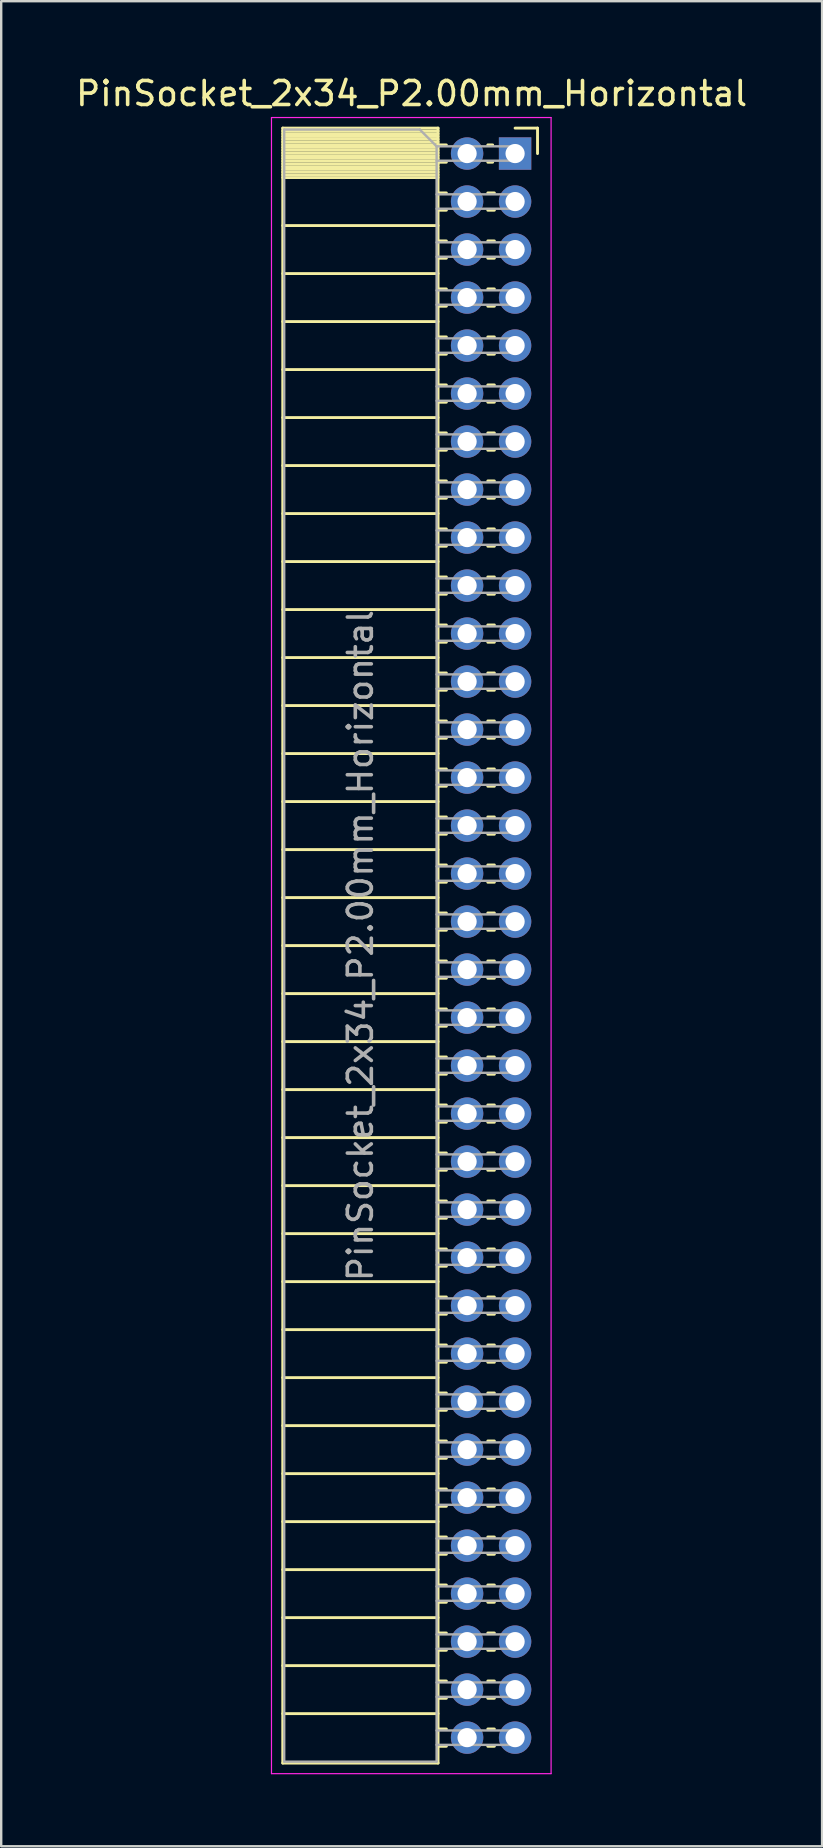
<source format=kicad_pcb>
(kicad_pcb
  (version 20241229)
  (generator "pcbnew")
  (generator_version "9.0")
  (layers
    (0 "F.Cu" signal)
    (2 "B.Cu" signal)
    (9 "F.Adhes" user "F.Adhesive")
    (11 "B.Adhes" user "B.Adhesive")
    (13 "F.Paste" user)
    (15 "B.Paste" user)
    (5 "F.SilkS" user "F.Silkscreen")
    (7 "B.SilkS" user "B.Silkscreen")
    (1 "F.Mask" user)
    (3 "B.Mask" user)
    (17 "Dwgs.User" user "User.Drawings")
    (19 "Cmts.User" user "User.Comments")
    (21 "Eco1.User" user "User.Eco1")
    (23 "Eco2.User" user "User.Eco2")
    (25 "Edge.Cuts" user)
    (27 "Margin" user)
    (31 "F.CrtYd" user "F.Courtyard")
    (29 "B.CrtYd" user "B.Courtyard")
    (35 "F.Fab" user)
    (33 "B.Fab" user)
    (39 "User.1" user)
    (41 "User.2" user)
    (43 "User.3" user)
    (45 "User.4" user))
  (footprint "PinSocket_2x34_P2.00mm_Horizontal"
    (layer "F.Cu")
    (at 18.411 3.348)
    (property "Reference" "PinSocket_2x34_P2.00mm_Horizontal" (at -4.31 -2.5 0) (layer "F.SilkS") (effects (font (size 1 1) (thickness 0.15))))
    (attr through_hole)
    (fp_line (start -9.68 -1.06) (end -9.68 67.06) (stroke (width 0.12) (type solid)) (layer "F.SilkS"))
    (fp_line (start -9.68 -1.06) (end -3.21 -1.06) (stroke (width 0.12) (type solid)) (layer "F.SilkS"))
    (fp_line (start -9.68 -0.94) (end -3.21 -0.94) (stroke (width 0.12) (type solid)) (layer "F.SilkS"))
    (fp_line (start -9.68 -0.826) (end -3.21 -0.826) (stroke (width 0.12) (type solid)) (layer "F.SilkS"))
    (fp_line (start -9.68 -0.712) (end -3.21 -0.712) (stroke (width 0.12) (type solid)) (layer "F.SilkS"))
    (fp_line (start -9.68 -0.598) (end -3.21 -0.598) (stroke (width 0.12) (type solid)) (layer "F.SilkS"))
    (fp_line (start -9.68 -0.484) (end -3.21 -0.484) (stroke (width 0.12) (type solid)) (layer "F.SilkS"))
    (fp_line (start -9.68 -0.369) (end -3.21 -0.369) (stroke (width 0.12) (type solid)) (layer "F.SilkS"))
    (fp_line (start -9.68 -0.255) (end -3.21 -0.255) (stroke (width 0.12) (type solid)) (layer "F.SilkS"))
    (fp_line (start -9.68 -0.141) (end -3.21 -0.141) (stroke (width 0.12) (type solid)) (layer "F.SilkS"))
    (fp_line (start -9.68 -0.027) (end -3.21 -0.027) (stroke (width 0.12) (type solid)) (layer "F.SilkS"))
    (fp_line (start -9.68 0.087) (end -3.21 0.087) (stroke (width 0.12) (type solid)) (layer "F.SilkS"))
    (fp_line (start -9.68 0.201) (end -3.21 0.201) (stroke (width 0.12) (type solid)) (layer "F.SilkS"))
    (fp_line (start -9.68 0.315) (end -3.21 0.315) (stroke (width 0.12) (type solid)) (layer "F.SilkS"))
    (fp_line (start -9.68 0.429) (end -3.21 0.429) (stroke (width 0.12) (type solid)) (layer "F.SilkS"))
    (fp_line (start -9.68 0.544) (end -3.21 0.544) (stroke (width 0.12) (type solid)) (layer "F.SilkS"))
    (fp_line (start -9.68 0.658) (end -3.21 0.658) (stroke (width 0.12) (type solid)) (layer "F.SilkS"))
    (fp_line (start -9.68 0.772) (end -3.21 0.772) (stroke (width 0.12) (type solid)) (layer "F.SilkS"))
    (fp_line (start -9.68 0.886) (end -3.21 0.886) (stroke (width 0.12) (type solid)) (layer "F.SilkS"))
    (fp_line (start -9.68 1) (end -3.21 1) (stroke (width 0.12) (type solid)) (layer "F.SilkS"))
    (fp_line (start -9.68 3) (end -3.21 3) (stroke (width 0.12) (type solid)) (layer "F.SilkS"))
    (fp_line (start -9.68 5) (end -3.21 5) (stroke (width 0.12) (type solid)) (layer "F.SilkS"))
    (fp_line (start -9.68 7) (end -3.21 7) (stroke (width 0.12) (type solid)) (layer "F.SilkS"))
    (fp_line (start -9.68 9) (end -3.21 9) (stroke (width 0.12) (type solid)) (layer "F.SilkS"))
    (fp_line (start -9.68 11) (end -3.21 11) (stroke (width 0.12) (type solid)) (layer "F.SilkS"))
    (fp_line (start -9.68 13) (end -3.21 13) (stroke (width 0.12) (type solid)) (layer "F.SilkS"))
    (fp_line (start -9.68 15) (end -3.21 15) (stroke (width 0.12) (type solid)) (layer "F.SilkS"))
    (fp_line (start -9.68 17) (end -3.21 17) (stroke (width 0.12) (type solid)) (layer "F.SilkS"))
    (fp_line (start -9.68 19) (end -3.21 19) (stroke (width 0.12) (type solid)) (layer "F.SilkS"))
    (fp_line (start -9.68 21) (end -3.21 21) (stroke (width 0.12) (type solid)) (layer "F.SilkS"))
    (fp_line (start -9.68 23) (end -3.21 23) (stroke (width 0.12) (type solid)) (layer "F.SilkS"))
    (fp_line (start -9.68 25) (end -3.21 25) (stroke (width 0.12) (type solid)) (layer "F.SilkS"))
    (fp_line (start -9.68 27) (end -3.21 27) (stroke (width 0.12) (type solid)) (layer "F.SilkS"))
    (fp_line (start -9.68 29) (end -3.21 29) (stroke (width 0.12) (type solid)) (layer "F.SilkS"))
    (fp_line (start -9.68 31) (end -3.21 31) (stroke (width 0.12) (type solid)) (layer "F.SilkS"))
    (fp_line (start -9.68 33) (end -3.21 33) (stroke (width 0.12) (type solid)) (layer "F.SilkS"))
    (fp_line (start -9.68 35) (end -3.21 35) (stroke (width 0.12) (type solid)) (layer "F.SilkS"))
    (fp_line (start -9.68 37) (end -3.21 37) (stroke (width 0.12) (type solid)) (layer "F.SilkS"))
    (fp_line (start -9.68 39) (end -3.21 39) (stroke (width 0.12) (type solid)) (layer "F.SilkS"))
    (fp_line (start -9.68 41) (end -3.21 41) (stroke (width 0.12) (type solid)) (layer "F.SilkS"))
    (fp_line (start -9.68 43) (end -3.21 43) (stroke (width 0.12) (type solid)) (layer "F.SilkS"))
    (fp_line (start -9.68 45) (end -3.21 45) (stroke (width 0.12) (type solid)) (layer "F.SilkS"))
    (fp_line (start -9.68 47) (end -3.21 47) (stroke (width 0.12) (type solid)) (layer "F.SilkS"))
    (fp_line (start -9.68 49) (end -3.21 49) (stroke (width 0.12) (type solid)) (layer "F.SilkS"))
    (fp_line (start -9.68 51) (end -3.21 51) (stroke (width 0.12) (type solid)) (layer "F.SilkS"))
    (fp_line (start -9.68 53) (end -3.21 53) (stroke (width 0.12) (type solid)) (layer "F.SilkS"))
    (fp_line (start -9.68 55) (end -3.21 55) (stroke (width 0.12) (type solid)) (layer "F.SilkS"))
    (fp_line (start -9.68 57) (end -3.21 57) (stroke (width 0.12) (type solid)) (layer "F.SilkS"))
    (fp_line (start -9.68 59) (end -3.21 59) (stroke (width 0.12) (type solid)) (layer "F.SilkS"))
    (fp_line (start -9.68 61) (end -3.21 61) (stroke (width 0.12) (type solid)) (layer "F.SilkS"))
    (fp_line (start -9.68 63) (end -3.21 63) (stroke (width 0.12) (type solid)) (layer "F.SilkS"))
    (fp_line (start -9.68 65) (end -3.21 65) (stroke (width 0.12) (type solid)) (layer "F.SilkS"))
    (fp_line (start -9.68 67.06) (end -3.21 67.06) (stroke (width 0.12) (type solid)) (layer "F.SilkS"))
    (fp_line (start -3.21 -1.06) (end -3.21 67.06) (stroke (width 0.12) (type solid)) (layer "F.SilkS"))
    (fp_line (start -3.21 -0.36) (end -2.863 -0.36) (stroke (width 0.12) (type solid)) (layer "F.SilkS"))
    (fp_line (start -3.21 0.36) (end -2.863 0.36) (stroke (width 0.12) (type solid)) (layer "F.SilkS"))
    (fp_line (start -3.21 1.64) (end -2.863 1.64) (stroke (width 0.12) (type solid)) (layer "F.SilkS"))
    (fp_line (start -3.21 2.36) (end -2.863 2.36) (stroke (width 0.12) (type solid)) (layer "F.SilkS"))
    (fp_line (start -3.21 3.64) (end -2.863 3.64) (stroke (width 0.12) (type solid)) (layer "F.SilkS"))
    (fp_line (start -3.21 4.36) (end -2.863 4.36) (stroke (width 0.12) (type solid)) (layer "F.SilkS"))
    (fp_line (start -3.21 5.64) (end -2.863 5.64) (stroke (width 0.12) (type solid)) (layer "F.SilkS"))
    (fp_line (start -3.21 6.36) (end -2.863 6.36) (stroke (width 0.12) (type solid)) (layer "F.SilkS"))
    (fp_line (start -3.21 7.64) (end -2.863 7.64) (stroke (width 0.12) (type solid)) (layer "F.SilkS"))
    (fp_line (start -3.21 8.36) (end -2.863 8.36) (stroke (width 0.12) (type solid)) (layer "F.SilkS"))
    (fp_line (start -3.21 9.64) (end -2.863 9.64) (stroke (width 0.12) (type solid)) (layer "F.SilkS"))
    (fp_line (start -3.21 10.36) (end -2.863 10.36) (stroke (width 0.12) (type solid)) (layer "F.SilkS"))
    (fp_line (start -3.21 11.64) (end -2.863 11.64) (stroke (width 0.12) (type solid)) (layer "F.SilkS"))
    (fp_line (start -3.21 12.36) (end -2.863 12.36) (stroke (width 0.12) (type solid)) (layer "F.SilkS"))
    (fp_line (start -3.21 13.64) (end -2.863 13.64) (stroke (width 0.12) (type solid)) (layer "F.SilkS"))
    (fp_line (start -3.21 14.36) (end -2.863 14.36) (stroke (width 0.12) (type solid)) (layer "F.SilkS"))
    (fp_line (start -3.21 15.64) (end -2.863 15.64) (stroke (width 0.12) (type solid)) (layer "F.SilkS"))
    (fp_line (start -3.21 16.36) (end -2.863 16.36) (stroke (width 0.12) (type solid)) (layer "F.SilkS"))
    (fp_line (start -3.21 17.64) (end -2.863 17.64) (stroke (width 0.12) (type solid)) (layer "F.SilkS"))
    (fp_line (start -3.21 18.36) (end -2.863 18.36) (stroke (width 0.12) (type solid)) (layer "F.SilkS"))
    (fp_line (start -3.21 19.64) (end -2.863 19.64) (stroke (width 0.12) (type solid)) (layer "F.SilkS"))
    (fp_line (start -3.21 20.36) (end -2.863 20.36) (stroke (width 0.12) (type solid)) (layer "F.SilkS"))
    (fp_line (start -3.21 21.64) (end -2.863 21.64) (stroke (width 0.12) (type solid)) (layer "F.SilkS"))
    (fp_line (start -3.21 22.36) (end -2.863 22.36) (stroke (width 0.12) (type solid)) (layer "F.SilkS"))
    (fp_line (start -3.21 23.64) (end -2.863 23.64) (stroke (width 0.12) (type solid)) (layer "F.SilkS"))
    (fp_line (start -3.21 24.36) (end -2.863 24.36) (stroke (width 0.12) (type solid)) (layer "F.SilkS"))
    (fp_line (start -3.21 25.64) (end -2.863 25.64) (stroke (width 0.12) (type solid)) (layer "F.SilkS"))
    (fp_line (start -3.21 26.36) (end -2.863 26.36) (stroke (width 0.12) (type solid)) (layer "F.SilkS"))
    (fp_line (start -3.21 27.64) (end -2.863 27.64) (stroke (width 0.12) (type solid)) (layer "F.SilkS"))
    (fp_line (start -3.21 28.36) (end -2.863 28.36) (stroke (width 0.12) (type solid)) (layer "F.SilkS"))
    (fp_line (start -3.21 29.64) (end -2.863 29.64) (stroke (width 0.12) (type solid)) (layer "F.SilkS"))
    (fp_line (start -3.21 30.36) (end -2.863 30.36) (stroke (width 0.12) (type solid)) (layer "F.SilkS"))
    (fp_line (start -3.21 31.64) (end -2.863 31.64) (stroke (width 0.12) (type solid)) (layer "F.SilkS"))
    (fp_line (start -3.21 32.36) (end -2.863 32.36) (stroke (width 0.12) (type solid)) (layer "F.SilkS"))
    (fp_line (start -3.21 33.64) (end -2.863 33.64) (stroke (width 0.12) (type solid)) (layer "F.SilkS"))
    (fp_line (start -3.21 34.36) (end -2.863 34.36) (stroke (width 0.12) (type solid)) (layer "F.SilkS"))
    (fp_line (start -3.21 35.64) (end -2.863 35.64) (stroke (width 0.12) (type solid)) (layer "F.SilkS"))
    (fp_line (start -3.21 36.36) (end -2.863 36.36) (stroke (width 0.12) (type solid)) (layer "F.SilkS"))
    (fp_line (start -3.21 37.64) (end -2.863 37.64) (stroke (width 0.12) (type solid)) (layer "F.SilkS"))
    (fp_line (start -3.21 38.36) (end -2.863 38.36) (stroke (width 0.12) (type solid)) (layer "F.SilkS"))
    (fp_line (start -3.21 39.64) (end -2.863 39.64) (stroke (width 0.12) (type solid)) (layer "F.SilkS"))
    (fp_line (start -3.21 40.36) (end -2.863 40.36) (stroke (width 0.12) (type solid)) (layer "F.SilkS"))
    (fp_line (start -3.21 41.64) (end -2.863 41.64) (stroke (width 0.12) (type solid)) (layer "F.SilkS"))
    (fp_line (start -3.21 42.36) (end -2.863 42.36) (stroke (width 0.12) (type solid)) (layer "F.SilkS"))
    (fp_line (start -3.21 43.64) (end -2.863 43.64) (stroke (width 0.12) (type solid)) (layer "F.SilkS"))
    (fp_line (start -3.21 44.36) (end -2.863 44.36) (stroke (width 0.12) (type solid)) (layer "F.SilkS"))
    (fp_line (start -3.21 45.64) (end -2.863 45.64) (stroke (width 0.12) (type solid)) (layer "F.SilkS"))
    (fp_line (start -3.21 46.36) (end -2.863 46.36) (stroke (width 0.12) (type solid)) (layer "F.SilkS"))
    (fp_line (start -3.21 47.64) (end -2.863 47.64) (stroke (width 0.12) (type solid)) (layer "F.SilkS"))
    (fp_line (start -3.21 48.36) (end -2.863 48.36) (stroke (width 0.12) (type solid)) (layer "F.SilkS"))
    (fp_line (start -3.21 49.64) (end -2.863 49.64) (stroke (width 0.12) (type solid)) (layer "F.SilkS"))
    (fp_line (start -3.21 50.36) (end -2.863 50.36) (stroke (width 0.12) (type solid)) (layer "F.SilkS"))
    (fp_line (start -3.21 51.64) (end -2.863 51.64) (stroke (width 0.12) (type solid)) (layer "F.SilkS"))
    (fp_line (start -3.21 52.36) (end -2.863 52.36) (stroke (width 0.12) (type solid)) (layer "F.SilkS"))
    (fp_line (start -3.21 53.64) (end -2.863 53.64) (stroke (width 0.12) (type solid)) (layer "F.SilkS"))
    (fp_line (start -3.21 54.36) (end -2.863 54.36) (stroke (width 0.12) (type solid)) (layer "F.SilkS"))
    (fp_line (start -3.21 55.64) (end -2.863 55.64) (stroke (width 0.12) (type solid)) (layer "F.SilkS"))
    (fp_line (start -3.21 56.36) (end -2.863 56.36) (stroke (width 0.12) (type solid)) (layer "F.SilkS"))
    (fp_line (start -3.21 57.64) (end -2.863 57.64) (stroke (width 0.12) (type solid)) (layer "F.SilkS"))
    (fp_line (start -3.21 58.36) (end -2.863 58.36) (stroke (width 0.12) (type solid)) (layer "F.SilkS"))
    (fp_line (start -3.21 59.64) (end -2.863 59.64) (stroke (width 0.12) (type solid)) (layer "F.SilkS"))
    (fp_line (start -3.21 60.36) (end -2.863 60.36) (stroke (width 0.12) (type solid)) (layer "F.SilkS"))
    (fp_line (start -3.21 61.64) (end -2.863 61.64) (stroke (width 0.12) (type solid)) (layer "F.SilkS"))
    (fp_line (start -3.21 62.36) (end -2.863 62.36) (stroke (width 0.12) (type solid)) (layer "F.SilkS"))
    (fp_line (start -3.21 63.64) (end -2.863 63.64) (stroke (width 0.12) (type solid)) (layer "F.SilkS"))
    (fp_line (start -3.21 64.36) (end -2.863 64.36) (stroke (width 0.12) (type solid)) (layer "F.SilkS"))
    (fp_line (start -3.21 65.64) (end -2.863 65.64) (stroke (width 0.12) (type solid)) (layer "F.SilkS"))
    (fp_line (start -3.21 66.36) (end -2.863 66.36) (stroke (width 0.12) (type solid)) (layer "F.SilkS"))
    (fp_line (start -1.137 -0.36) (end -0.935 -0.36) (stroke (width 0.12) (type solid)) (layer "F.SilkS"))
    (fp_line (start -1.137 0.36) (end -0.935 0.36) (stroke (width 0.12) (type solid)) (layer "F.SilkS"))
    (fp_line (start -1.137 1.64) (end -0.863 1.64) (stroke (width 0.12) (type solid)) (layer "F.SilkS"))
    (fp_line (start -1.137 2.36) (end -0.863 2.36) (stroke (width 0.12) (type solid)) (layer "F.SilkS"))
    (fp_line (start -1.137 3.64) (end -0.863 3.64) (stroke (width 0.12) (type solid)) (layer "F.SilkS"))
    (fp_line (start -1.137 4.36) (end -0.863 4.36) (stroke (width 0.12) (type solid)) (layer "F.SilkS"))
    (fp_line (start -1.137 5.64) (end -0.863 5.64) (stroke (width 0.12) (type solid)) (layer "F.SilkS"))
    (fp_line (start -1.137 6.36) (end -0.863 6.36) (stroke (width 0.12) (type solid)) (layer "F.SilkS"))
    (fp_line (start -1.137 7.64) (end -0.863 7.64) (stroke (width 0.12) (type solid)) (layer "F.SilkS"))
    (fp_line (start -1.137 8.36) (end -0.863 8.36) (stroke (width 0.12) (type solid)) (layer "F.SilkS"))
    (fp_line (start -1.137 9.64) (end -0.863 9.64) (stroke (width 0.12) (type solid)) (layer "F.SilkS"))
    (fp_line (start -1.137 10.36) (end -0.863 10.36) (stroke (width 0.12) (type solid)) (layer "F.SilkS"))
    (fp_line (start -1.137 11.64) (end -0.863 11.64) (stroke (width 0.12) (type solid)) (layer "F.SilkS"))
    (fp_line (start -1.137 12.36) (end -0.863 12.36) (stroke (width 0.12) (type solid)) (layer "F.SilkS"))
    (fp_line (start -1.137 13.64) (end -0.863 13.64) (stroke (width 0.12) (type solid)) (layer "F.SilkS"))
    (fp_line (start -1.137 14.36) (end -0.863 14.36) (stroke (width 0.12) (type solid)) (layer "F.SilkS"))
    (fp_line (start -1.137 15.64) (end -0.863 15.64) (stroke (width 0.12) (type solid)) (layer "F.SilkS"))
    (fp_line (start -1.137 16.36) (end -0.863 16.36) (stroke (width 0.12) (type solid)) (layer "F.SilkS"))
    (fp_line (start -1.137 17.64) (end -0.863 17.64) (stroke (width 0.12) (type solid)) (layer "F.SilkS"))
    (fp_line (start -1.137 18.36) (end -0.863 18.36) (stroke (width 0.12) (type solid)) (layer "F.SilkS"))
    (fp_line (start -1.137 19.64) (end -0.863 19.64) (stroke (width 0.12) (type solid)) (layer "F.SilkS"))
    (fp_line (start -1.137 20.36) (end -0.863 20.36) (stroke (width 0.12) (type solid)) (layer "F.SilkS"))
    (fp_line (start -1.137 21.64) (end -0.863 21.64) (stroke (width 0.12) (type solid)) (layer "F.SilkS"))
    (fp_line (start -1.137 22.36) (end -0.863 22.36) (stroke (width 0.12) (type solid)) (layer "F.SilkS"))
    (fp_line (start -1.137 23.64) (end -0.863 23.64) (stroke (width 0.12) (type solid)) (layer "F.SilkS"))
    (fp_line (start -1.137 24.36) (end -0.863 24.36) (stroke (width 0.12) (type solid)) (layer "F.SilkS"))
    (fp_line (start -1.137 25.64) (end -0.863 25.64) (stroke (width 0.12) (type solid)) (layer "F.SilkS"))
    (fp_line (start -1.137 26.36) (end -0.863 26.36) (stroke (width 0.12) (type solid)) (layer "F.SilkS"))
    (fp_line (start -1.137 27.64) (end -0.863 27.64) (stroke (width 0.12) (type solid)) (layer "F.SilkS"))
    (fp_line (start -1.137 28.36) (end -0.863 28.36) (stroke (width 0.12) (type solid)) (layer "F.SilkS"))
    (fp_line (start -1.137 29.64) (end -0.863 29.64) (stroke (width 0.12) (type solid)) (layer "F.SilkS"))
    (fp_line (start -1.137 30.36) (end -0.863 30.36) (stroke (width 0.12) (type solid)) (layer "F.SilkS"))
    (fp_line (start -1.137 31.64) (end -0.863 31.64) (stroke (width 0.12) (type solid)) (layer "F.SilkS"))
    (fp_line (start -1.137 32.36) (end -0.863 32.36) (stroke (width 0.12) (type solid)) (layer "F.SilkS"))
    (fp_line (start -1.137 33.64) (end -0.863 33.64) (stroke (width 0.12) (type solid)) (layer "F.SilkS"))
    (fp_line (start -1.137 34.36) (end -0.863 34.36) (stroke (width 0.12) (type solid)) (layer "F.SilkS"))
    (fp_line (start -1.137 35.64) (end -0.863 35.64) (stroke (width 0.12) (type solid)) (layer "F.SilkS"))
    (fp_line (start -1.137 36.36) (end -0.863 36.36) (stroke (width 0.12) (type solid)) (layer "F.SilkS"))
    (fp_line (start -1.137 37.64) (end -0.863 37.64) (stroke (width 0.12) (type solid)) (layer "F.SilkS"))
    (fp_line (start -1.137 38.36) (end -0.863 38.36) (stroke (width 0.12) (type solid)) (layer "F.SilkS"))
    (fp_line (start -1.137 39.64) (end -0.863 39.64) (stroke (width 0.12) (type solid)) (layer "F.SilkS"))
    (fp_line (start -1.137 40.36) (end -0.863 40.36) (stroke (width 0.12) (type solid)) (layer "F.SilkS"))
    (fp_line (start -1.137 41.64) (end -0.863 41.64) (stroke (width 0.12) (type solid)) (layer "F.SilkS"))
    (fp_line (start -1.137 42.36) (end -0.863 42.36) (stroke (width 0.12) (type solid)) (layer "F.SilkS"))
    (fp_line (start -1.137 43.64) (end -0.863 43.64) (stroke (width 0.12) (type solid)) (layer "F.SilkS"))
    (fp_line (start -1.137 44.36) (end -0.863 44.36) (stroke (width 0.12) (type solid)) (layer "F.SilkS"))
    (fp_line (start -1.137 45.64) (end -0.863 45.64) (stroke (width 0.12) (type solid)) (layer "F.SilkS"))
    (fp_line (start -1.137 46.36) (end -0.863 46.36) (stroke (width 0.12) (type solid)) (layer "F.SilkS"))
    (fp_line (start -1.137 47.64) (end -0.863 47.64) (stroke (width 0.12) (type solid)) (layer "F.SilkS"))
    (fp_line (start -1.137 48.36) (end -0.863 48.36) (stroke (width 0.12) (type solid)) (layer "F.SilkS"))
    (fp_line (start -1.137 49.64) (end -0.863 49.64) (stroke (width 0.12) (type solid)) (layer "F.SilkS"))
    (fp_line (start -1.137 50.36) (end -0.863 50.36) (stroke (width 0.12) (type solid)) (layer "F.SilkS"))
    (fp_line (start -1.137 51.64) (end -0.863 51.64) (stroke (width 0.12) (type solid)) (layer "F.SilkS"))
    (fp_line (start -1.137 52.36) (end -0.863 52.36) (stroke (width 0.12) (type solid)) (layer "F.SilkS"))
    (fp_line (start -1.137 53.64) (end -0.863 53.64) (stroke (width 0.12) (type solid)) (layer "F.SilkS"))
    (fp_line (start -1.137 54.36) (end -0.863 54.36) (stroke (width 0.12) (type solid)) (layer "F.SilkS"))
    (fp_line (start -1.137 55.64) (end -0.863 55.64) (stroke (width 0.12) (type solid)) (layer "F.SilkS"))
    (fp_line (start -1.137 56.36) (end -0.863 56.36) (stroke (width 0.12) (type solid)) (layer "F.SilkS"))
    (fp_line (start -1.137 57.64) (end -0.863 57.64) (stroke (width 0.12) (type solid)) (layer "F.SilkS"))
    (fp_line (start -1.137 58.36) (end -0.863 58.36) (stroke (width 0.12) (type solid)) (layer "F.SilkS"))
    (fp_line (start -1.137 59.64) (end -0.863 59.64) (stroke (width 0.12) (type solid)) (layer "F.SilkS"))
    (fp_line (start -1.137 60.36) (end -0.863 60.36) (stroke (width 0.12) (type solid)) (layer "F.SilkS"))
    (fp_line (start -1.137 61.64) (end -0.863 61.64) (stroke (width 0.12) (type solid)) (layer "F.SilkS"))
    (fp_line (start -1.137 62.36) (end -0.863 62.36) (stroke (width 0.12) (type solid)) (layer "F.SilkS"))
    (fp_line (start -1.137 63.64) (end -0.863 63.64) (stroke (width 0.12) (type solid)) (layer "F.SilkS"))
    (fp_line (start -1.137 64.36) (end -0.863 64.36) (stroke (width 0.12) (type solid)) (layer "F.SilkS"))
    (fp_line (start -1.137 65.64) (end -0.863 65.64) (stroke (width 0.12) (type solid)) (layer "F.SilkS"))
    (fp_line (start -1.137 66.36) (end -0.863 66.36) (stroke (width 0.12) (type solid)) (layer "F.SilkS"))
    (fp_line (start 0 -1.06) (end 0.935 -1.06) (stroke (width 0.12) (type solid)) (layer "F.SilkS"))
    (fp_line (start 0.935 -1.06) (end 0.935 0) (stroke (width 0.12) (type solid)) (layer "F.SilkS"))
    (fp_line (start -10.15 -1.5) (end -10.15 67.5) (stroke (width 0.05) (type solid)) (layer "F.CrtYd"))
    (fp_line (start -10.15 67.5) (end 1.5 67.5) (stroke (width 0.05) (type solid)) (layer "F.CrtYd"))
    (fp_line (start 1.5 -1.5) (end -10.15 -1.5) (stroke (width 0.05) (type solid)) (layer "F.CrtYd"))
    (fp_line (start 1.5 67.5) (end 1.5 -1.5) (stroke (width 0.05) (type solid)) (layer "F.CrtYd"))
    (fp_line (start -9.62 -1) (end -3.97 -1) (stroke (width 0.1) (type solid)) (layer "F.Fab"))
    (fp_line (start -9.62 67) (end -9.62 -1) (stroke (width 0.1) (type solid)) (layer "F.Fab"))
    (fp_line (start -3.97 -1) (end -3.27 -0.3) (stroke (width 0.1) (type solid)) (layer "F.Fab"))
    (fp_line (start -3.27 -0.3) (end -3.27 67) (stroke (width 0.1) (type solid)) (layer "F.Fab"))
    (fp_line (start -3.27 0.3) (end 0 0.3) (stroke (width 0.1) (type solid)) (layer "F.Fab"))
    (fp_line (start -3.27 2.3) (end 0 2.3) (stroke (width 0.1) (type solid)) (layer "F.Fab"))
    (fp_line (start -3.27 4.3) (end 0 4.3) (stroke (width 0.1) (type solid)) (layer "F.Fab"))
    (fp_line (start -3.27 6.3) (end 0 6.3) (stroke (width 0.1) (type solid)) (layer "F.Fab"))
    (fp_line (start -3.27 8.3) (end 0 8.3) (stroke (width 0.1) (type solid)) (layer "F.Fab"))
    (fp_line (start -3.27 10.3) (end 0 10.3) (stroke (width 0.1) (type solid)) (layer "F.Fab"))
    (fp_line (start -3.27 12.3) (end 0 12.3) (stroke (width 0.1) (type solid)) (layer "F.Fab"))
    (fp_line (start -3.27 14.3) (end 0 14.3) (stroke (width 0.1) (type solid)) (layer "F.Fab"))
    (fp_line (start -3.27 16.3) (end 0 16.3) (stroke (width 0.1) (type solid)) (layer "F.Fab"))
    (fp_line (start -3.27 18.3) (end 0 18.3) (stroke (width 0.1) (type solid)) (layer "F.Fab"))
    (fp_line (start -3.27 20.3) (end 0 20.3) (stroke (width 0.1) (type solid)) (layer "F.Fab"))
    (fp_line (start -3.27 22.3) (end 0 22.3) (stroke (width 0.1) (type solid)) (layer "F.Fab"))
    (fp_line (start -3.27 24.3) (end 0 24.3) (stroke (width 0.1) (type solid)) (layer "F.Fab"))
    (fp_line (start -3.27 26.3) (end 0 26.3) (stroke (width 0.1) (type solid)) (layer "F.Fab"))
    (fp_line (start -3.27 28.3) (end 0 28.3) (stroke (width 0.1) (type solid)) (layer "F.Fab"))
    (fp_line (start -3.27 30.3) (end 0 30.3) (stroke (width 0.1) (type solid)) (layer "F.Fab"))
    (fp_line (start -3.27 32.3) (end 0 32.3) (stroke (width 0.1) (type solid)) (layer "F.Fab"))
    (fp_line (start -3.27 34.3) (end 0 34.3) (stroke (width 0.1) (type solid)) (layer "F.Fab"))
    (fp_line (start -3.27 36.3) (end 0 36.3) (stroke (width 0.1) (type solid)) (layer "F.Fab"))
    (fp_line (start -3.27 38.3) (end 0 38.3) (stroke (width 0.1) (type solid)) (layer "F.Fab"))
    (fp_line (start -3.27 40.3) (end 0 40.3) (stroke (width 0.1) (type solid)) (layer "F.Fab"))
    (fp_line (start -3.27 42.3) (end 0 42.3) (stroke (width 0.1) (type solid)) (layer "F.Fab"))
    (fp_line (start -3.27 44.3) (end 0 44.3) (stroke (width 0.1) (type solid)) (layer "F.Fab"))
    (fp_line (start -3.27 46.3) (end 0 46.3) (stroke (width 0.1) (type solid)) (layer "F.Fab"))
    (fp_line (start -3.27 48.3) (end 0 48.3) (stroke (width 0.1) (type solid)) (layer "F.Fab"))
    (fp_line (start -3.27 50.3) (end 0 50.3) (stroke (width 0.1) (type solid)) (layer "F.Fab"))
    (fp_line (start -3.27 52.3) (end 0 52.3) (stroke (width 0.1) (type solid)) (layer "F.Fab"))
    (fp_line (start -3.27 54.3) (end 0 54.3) (stroke (width 0.1) (type solid)) (layer "F.Fab"))
    (fp_line (start -3.27 56.3) (end 0 56.3) (stroke (width 0.1) (type solid)) (layer "F.Fab"))
    (fp_line (start -3.27 58.3) (end 0 58.3) (stroke (width 0.1) (type solid)) (layer "F.Fab"))
    (fp_line (start -3.27 60.3) (end 0 60.3) (stroke (width 0.1) (type solid)) (layer "F.Fab"))
    (fp_line (start -3.27 62.3) (end 0 62.3) (stroke (width 0.1) (type solid)) (layer "F.Fab"))
    (fp_line (start -3.27 64.3) (end 0 64.3) (stroke (width 0.1) (type solid)) (layer "F.Fab"))
    (fp_line (start -3.27 66.3) (end 0 66.3) (stroke (width 0.1) (type solid)) (layer "F.Fab"))
    (fp_line (start -3.27 67) (end -9.62 67) (stroke (width 0.1) (type solid)) (layer "F.Fab"))
    (fp_line (start 0 -0.3) (end -3.27 -0.3) (stroke (width 0.1) (type solid)) (layer "F.Fab"))
    (fp_line (start 0 0.3) (end 0 -0.3) (stroke (width 0.1) (type solid)) (layer "F.Fab"))
    (fp_line (start 0 1.7) (end -3.27 1.7) (stroke (width 0.1) (type solid)) (layer "F.Fab"))
    (fp_line (start 0 2.3) (end 0 1.7) (stroke (width 0.1) (type solid)) (layer "F.Fab"))
    (fp_line (start 0 3.7) (end -3.27 3.7) (stroke (width 0.1) (type solid)) (layer "F.Fab"))
    (fp_line (start 0 4.3) (end 0 3.7) (stroke (width 0.1) (type solid)) (layer "F.Fab"))
    (fp_line (start 0 5.7) (end -3.27 5.7) (stroke (width 0.1) (type solid)) (layer "F.Fab"))
    (fp_line (start 0 6.3) (end 0 5.7) (stroke (width 0.1) (type solid)) (layer "F.Fab"))
    (fp_line (start 0 7.7) (end -3.27 7.7) (stroke (width 0.1) (type solid)) (layer "F.Fab"))
    (fp_line (start 0 8.3) (end 0 7.7) (stroke (width 0.1) (type solid)) (layer "F.Fab"))
    (fp_line (start 0 9.7) (end -3.27 9.7) (stroke (width 0.1) (type solid)) (layer "F.Fab"))
    (fp_line (start 0 10.3) (end 0 9.7) (stroke (width 0.1) (type solid)) (layer "F.Fab"))
    (fp_line (start 0 11.7) (end -3.27 11.7) (stroke (width 0.1) (type solid)) (layer "F.Fab"))
    (fp_line (start 0 12.3) (end 0 11.7) (stroke (width 0.1) (type solid)) (layer "F.Fab"))
    (fp_line (start 0 13.7) (end -3.27 13.7) (stroke (width 0.1) (type solid)) (layer "F.Fab"))
    (fp_line (start 0 14.3) (end 0 13.7) (stroke (width 0.1) (type solid)) (layer "F.Fab"))
    (fp_line (start 0 15.7) (end -3.27 15.7) (stroke (width 0.1) (type solid)) (layer "F.Fab"))
    (fp_line (start 0 16.3) (end 0 15.7) (stroke (width 0.1) (type solid)) (layer "F.Fab"))
    (fp_line (start 0 17.7) (end -3.27 17.7) (stroke (width 0.1) (type solid)) (layer "F.Fab"))
    (fp_line (start 0 18.3) (end 0 17.7) (stroke (width 0.1) (type solid)) (layer "F.Fab"))
    (fp_line (start 0 19.7) (end -3.27 19.7) (stroke (width 0.1) (type solid)) (layer "F.Fab"))
    (fp_line (start 0 20.3) (end 0 19.7) (stroke (width 0.1) (type solid)) (layer "F.Fab"))
    (fp_line (start 0 21.7) (end -3.27 21.7) (stroke (width 0.1) (type solid)) (layer "F.Fab"))
    (fp_line (start 0 22.3) (end 0 21.7) (stroke (width 0.1) (type solid)) (layer "F.Fab"))
    (fp_line (start 0 23.7) (end -3.27 23.7) (stroke (width 0.1) (type solid)) (layer "F.Fab"))
    (fp_line (start 0 24.3) (end 0 23.7) (stroke (width 0.1) (type solid)) (layer "F.Fab"))
    (fp_line (start 0 25.7) (end -3.27 25.7) (stroke (width 0.1) (type solid)) (layer "F.Fab"))
    (fp_line (start 0 26.3) (end 0 25.7) (stroke (width 0.1) (type solid)) (layer "F.Fab"))
    (fp_line (start 0 27.7) (end -3.27 27.7) (stroke (width 0.1) (type solid)) (layer "F.Fab"))
    (fp_line (start 0 28.3) (end 0 27.7) (stroke (width 0.1) (type solid)) (layer "F.Fab"))
    (fp_line (start 0 29.7) (end -3.27 29.7) (stroke (width 0.1) (type solid)) (layer "F.Fab"))
    (fp_line (start 0 30.3) (end 0 29.7) (stroke (width 0.1) (type solid)) (layer "F.Fab"))
    (fp_line (start 0 31.7) (end -3.27 31.7) (stroke (width 0.1) (type solid)) (layer "F.Fab"))
    (fp_line (start 0 32.3) (end 0 31.7) (stroke (width 0.1) (type solid)) (layer "F.Fab"))
    (fp_line (start 0 33.7) (end -3.27 33.7) (stroke (width 0.1) (type solid)) (layer "F.Fab"))
    (fp_line (start 0 34.3) (end 0 33.7) (stroke (width 0.1) (type solid)) (layer "F.Fab"))
    (fp_line (start 0 35.7) (end -3.27 35.7) (stroke (width 0.1) (type solid)) (layer "F.Fab"))
    (fp_line (start 0 36.3) (end 0 35.7) (stroke (width 0.1) (type solid)) (layer "F.Fab"))
    (fp_line (start 0 37.7) (end -3.27 37.7) (stroke (width 0.1) (type solid)) (layer "F.Fab"))
    (fp_line (start 0 38.3) (end 0 37.7) (stroke (width 0.1) (type solid)) (layer "F.Fab"))
    (fp_line (start 0 39.7) (end -3.27 39.7) (stroke (width 0.1) (type solid)) (layer "F.Fab"))
    (fp_line (start 0 40.3) (end 0 39.7) (stroke (width 0.1) (type solid)) (layer "F.Fab"))
    (fp_line (start 0 41.7) (end -3.27 41.7) (stroke (width 0.1) (type solid)) (layer "F.Fab"))
    (fp_line (start 0 42.3) (end 0 41.7) (stroke (width 0.1) (type solid)) (layer "F.Fab"))
    (fp_line (start 0 43.7) (end -3.27 43.7) (stroke (width 0.1) (type solid)) (layer "F.Fab"))
    (fp_line (start 0 44.3) (end 0 43.7) (stroke (width 0.1) (type solid)) (layer "F.Fab"))
    (fp_line (start 0 45.7) (end -3.27 45.7) (stroke (width 0.1) (type solid)) (layer "F.Fab"))
    (fp_line (start 0 46.3) (end 0 45.7) (stroke (width 0.1) (type solid)) (layer "F.Fab"))
    (fp_line (start 0 47.7) (end -3.27 47.7) (stroke (width 0.1) (type solid)) (layer "F.Fab"))
    (fp_line (start 0 48.3) (end 0 47.7) (stroke (width 0.1) (type solid)) (layer "F.Fab"))
    (fp_line (start 0 49.7) (end -3.27 49.7) (stroke (width 0.1) (type solid)) (layer "F.Fab"))
    (fp_line (start 0 50.3) (end 0 49.7) (stroke (width 0.1) (type solid)) (layer "F.Fab"))
    (fp_line (start 0 51.7) (end -3.27 51.7) (stroke (width 0.1) (type solid)) (layer "F.Fab"))
    (fp_line (start 0 52.3) (end 0 51.7) (stroke (width 0.1) (type solid)) (layer "F.Fab"))
    (fp_line (start 0 53.7) (end -3.27 53.7) (stroke (width 0.1) (type solid)) (layer "F.Fab"))
    (fp_line (start 0 54.3) (end 0 53.7) (stroke (width 0.1) (type solid)) (layer "F.Fab"))
    (fp_line (start 0 55.7) (end -3.27 55.7) (stroke (width 0.1) (type solid)) (layer "F.Fab"))
    (fp_line (start 0 56.3) (end 0 55.7) (stroke (width 0.1) (type solid)) (layer "F.Fab"))
    (fp_line (start 0 57.7) (end -3.27 57.7) (stroke (width 0.1) (type solid)) (layer "F.Fab"))
    (fp_line (start 0 58.3) (end 0 57.7) (stroke (width 0.1) (type solid)) (layer "F.Fab"))
    (fp_line (start 0 59.7) (end -3.27 59.7) (stroke (width 0.1) (type solid)) (layer "F.Fab"))
    (fp_line (start 0 60.3) (end 0 59.7) (stroke (width 0.1) (type solid)) (layer "F.Fab"))
    (fp_line (start 0 61.7) (end -3.27 61.7) (stroke (width 0.1) (type solid)) (layer "F.Fab"))
    (fp_line (start 0 62.3) (end 0 61.7) (stroke (width 0.1) (type solid)) (layer "F.Fab"))
    (fp_line (start 0 63.7) (end -3.27 63.7) (stroke (width 0.1) (type solid)) (layer "F.Fab"))
    (fp_line (start 0 64.3) (end 0 63.7) (stroke (width 0.1) (type solid)) (layer "F.Fab"))
    (fp_line (start 0 65.7) (end -3.27 65.7) (stroke (width 0.1) (type solid)) (layer "F.Fab"))
    (fp_line (start 0 66.3) (end 0 65.7) (stroke (width 0.1) (type solid)) (layer "F.Fab"))
    (fp_text user "${REFERENCE}" (at -6.445 33 90) (layer "F.Fab") (effects (font (size 1 1) (thickness 0.15))))
    (pad "1" thru_hole rect (at 0 0) (size 1.35 1.35) (drill 0.8) (layers "*.Cu" "*.Mask"))
    (pad "2" thru_hole oval (at -2 0) (size 1.35 1.35) (drill 0.8) (layers "*.Cu" "*.Mask"))
    (pad "3" thru_hole oval (at 0 2) (size 1.35 1.35) (drill 0.8) (layers "*.Cu" "*.Mask"))
    (pad "4" thru_hole oval (at -2 2) (size 1.35 1.35) (drill 0.8) (layers "*.Cu" "*.Mask"))
    (pad "5" thru_hole oval (at 0 4) (size 1.35 1.35) (drill 0.8) (layers "*.Cu" "*.Mask"))
    (pad "6" thru_hole oval (at -2 4) (size 1.35 1.35) (drill 0.8) (layers "*.Cu" "*.Mask"))
    (pad "7" thru_hole oval (at 0 6) (size 1.35 1.35) (drill 0.8) (layers "*.Cu" "*.Mask"))
    (pad "8" thru_hole oval (at -2 6) (size 1.35 1.35) (drill 0.8) (layers "*.Cu" "*.Mask"))
    (pad "9" thru_hole oval (at 0 8) (size 1.35 1.35) (drill 0.8) (layers "*.Cu" "*.Mask"))
    (pad "10" thru_hole oval (at -2 8) (size 1.35 1.35) (drill 0.8) (layers "*.Cu" "*.Mask"))
    (pad "11" thru_hole oval (at 0 10) (size 1.35 1.35) (drill 0.8) (layers "*.Cu" "*.Mask"))
    (pad "12" thru_hole oval (at -2 10) (size 1.35 1.35) (drill 0.8) (layers "*.Cu" "*.Mask"))
    (pad "13" thru_hole oval (at 0 12) (size 1.35 1.35) (drill 0.8) (layers "*.Cu" "*.Mask"))
    (pad "14" thru_hole oval (at -2 12) (size 1.35 1.35) (drill 0.8) (layers "*.Cu" "*.Mask"))
    (pad "15" thru_hole oval (at 0 14) (size 1.35 1.35) (drill 0.8) (layers "*.Cu" "*.Mask"))
    (pad "16" thru_hole oval (at -2 14) (size 1.35 1.35) (drill 0.8) (layers "*.Cu" "*.Mask"))
    (pad "17" thru_hole oval (at 0 16) (size 1.35 1.35) (drill 0.8) (layers "*.Cu" "*.Mask"))
    (pad "18" thru_hole oval (at -2 16) (size 1.35 1.35) (drill 0.8) (layers "*.Cu" "*.Mask"))
    (pad "19" thru_hole oval (at 0 18) (size 1.35 1.35) (drill 0.8) (layers "*.Cu" "*.Mask"))
    (pad "20" thru_hole oval (at -2 18) (size 1.35 1.35) (drill 0.8) (layers "*.Cu" "*.Mask"))
    (pad "21" thru_hole oval (at 0 20) (size 1.35 1.35) (drill 0.8) (layers "*.Cu" "*.Mask"))
    (pad "22" thru_hole oval (at -2 20) (size 1.35 1.35) (drill 0.8) (layers "*.Cu" "*.Mask"))
    (pad "23" thru_hole oval (at 0 22) (size 1.35 1.35) (drill 0.8) (layers "*.Cu" "*.Mask"))
    (pad "24" thru_hole oval (at -2 22) (size 1.35 1.35) (drill 0.8) (layers "*.Cu" "*.Mask"))
    (pad "25" thru_hole oval (at 0 24) (size 1.35 1.35) (drill 0.8) (layers "*.Cu" "*.Mask"))
    (pad "26" thru_hole oval (at -2 24) (size 1.35 1.35) (drill 0.8) (layers "*.Cu" "*.Mask"))
    (pad "27" thru_hole oval (at 0 26) (size 1.35 1.35) (drill 0.8) (layers "*.Cu" "*.Mask"))
    (pad "28" thru_hole oval (at -2 26) (size 1.35 1.35) (drill 0.8) (layers "*.Cu" "*.Mask"))
    (pad "29" thru_hole oval (at 0 28) (size 1.35 1.35) (drill 0.8) (layers "*.Cu" "*.Mask"))
    (pad "30" thru_hole oval (at -2 28) (size 1.35 1.35) (drill 0.8) (layers "*.Cu" "*.Mask"))
    (pad "31" thru_hole oval (at 0 30) (size 1.35 1.35) (drill 0.8) (layers "*.Cu" "*.Mask"))
    (pad "32" thru_hole oval (at -2 30) (size 1.35 1.35) (drill 0.8) (layers "*.Cu" "*.Mask"))
    (pad "33" thru_hole oval (at 0 32) (size 1.35 1.35) (drill 0.8) (layers "*.Cu" "*.Mask"))
    (pad "34" thru_hole oval (at -2 32) (size 1.35 1.35) (drill 0.8) (layers "*.Cu" "*.Mask"))
    (pad "35" thru_hole oval (at 0 34) (size 1.35 1.35) (drill 0.8) (layers "*.Cu" "*.Mask"))
    (pad "36" thru_hole oval (at -2 34) (size 1.35 1.35) (drill 0.8) (layers "*.Cu" "*.Mask"))
    (pad "37" thru_hole oval (at 0 36) (size 1.35 1.35) (drill 0.8) (layers "*.Cu" "*.Mask"))
    (pad "38" thru_hole oval (at -2 36) (size 1.35 1.35) (drill 0.8) (layers "*.Cu" "*.Mask"))
    (pad "39" thru_hole oval (at 0 38) (size 1.35 1.35) (drill 0.8) (layers "*.Cu" "*.Mask"))
    (pad "40" thru_hole oval (at -2 38) (size 1.35 1.35) (drill 0.8) (layers "*.Cu" "*.Mask"))
    (pad "41" thru_hole oval (at 0 40) (size 1.35 1.35) (drill 0.8) (layers "*.Cu" "*.Mask"))
    (pad "42" thru_hole oval (at -2 40) (size 1.35 1.35) (drill 0.8) (layers "*.Cu" "*.Mask"))
    (pad "43" thru_hole oval (at 0 42) (size 1.35 1.35) (drill 0.8) (layers "*.Cu" "*.Mask"))
    (pad "44" thru_hole oval (at -2 42) (size 1.35 1.35) (drill 0.8) (layers "*.Cu" "*.Mask"))
    (pad "45" thru_hole oval (at 0 44) (size 1.35 1.35) (drill 0.8) (layers "*.Cu" "*.Mask"))
    (pad "46" thru_hole oval (at -2 44) (size 1.35 1.35) (drill 0.8) (layers "*.Cu" "*.Mask"))
    (pad "47" thru_hole oval (at 0 46) (size 1.35 1.35) (drill 0.8) (layers "*.Cu" "*.Mask"))
    (pad "48" thru_hole oval (at -2 46) (size 1.35 1.35) (drill 0.8) (layers "*.Cu" "*.Mask"))
    (pad "49" thru_hole oval (at 0 48) (size 1.35 1.35) (drill 0.8) (layers "*.Cu" "*.Mask"))
    (pad "50" thru_hole oval (at -2 48) (size 1.35 1.35) (drill 0.8) (layers "*.Cu" "*.Mask"))
    (pad "51" thru_hole oval (at 0 50) (size 1.35 1.35) (drill 0.8) (layers "*.Cu" "*.Mask"))
    (pad "52" thru_hole oval (at -2 50) (size 1.35 1.35) (drill 0.8) (layers "*.Cu" "*.Mask"))
    (pad "53" thru_hole oval (at 0 52) (size 1.35 1.35) (drill 0.8) (layers "*.Cu" "*.Mask"))
    (pad "54" thru_hole oval (at -2 52) (size 1.35 1.35) (drill 0.8) (layers "*.Cu" "*.Mask"))
    (pad "55" thru_hole oval (at 0 54) (size 1.35 1.35) (drill 0.8) (layers "*.Cu" "*.Mask"))
    (pad "56" thru_hole oval (at -2 54) (size 1.35 1.35) (drill 0.8) (layers "*.Cu" "*.Mask"))
    (pad "57" thru_hole oval (at 0 56) (size 1.35 1.35) (drill 0.8) (layers "*.Cu" "*.Mask"))
    (pad "58" thru_hole oval (at -2 56) (size 1.35 1.35) (drill 0.8) (layers "*.Cu" "*.Mask"))
    (pad "59" thru_hole oval (at 0 58) (size 1.35 1.35) (drill 0.8) (layers "*.Cu" "*.Mask"))
    (pad "60" thru_hole oval (at -2 58) (size 1.35 1.35) (drill 0.8) (layers "*.Cu" "*.Mask"))
    (pad "61" thru_hole oval (at 0 60) (size 1.35 1.35) (drill 0.8) (layers "*.Cu" "*.Mask"))
    (pad "62" thru_hole oval (at -2 60) (size 1.35 1.35) (drill 0.8) (layers "*.Cu" "*.Mask"))
    (pad "63" thru_hole oval (at 0 62) (size 1.35 1.35) (drill 0.8) (layers "*.Cu" "*.Mask"))
    (pad "64" thru_hole oval (at -2 62) (size 1.35 1.35) (drill 0.8) (layers "*.Cu" "*.Mask"))
    (pad "65" thru_hole oval (at 0 64) (size 1.35 1.35) (drill 0.8) (layers "*.Cu" "*.Mask"))
    (pad "66" thru_hole oval (at -2 64) (size 1.35 1.35) (drill 0.8) (layers "*.Cu" "*.Mask"))
    (pad "67" thru_hole oval (at 0 66) (size 1.35 1.35) (drill 0.8) (layers "*.Cu" "*.Mask"))
    (pad "68" thru_hole oval (at -2 66) (size 1.35 1.35) (drill 0.8) (layers "*.Cu" "*.Mask")))
  (gr_rect
    (start -3 -3)
    (end 31.202 73.873)
    (stroke (width 0.1) (type default))
    (fill no)
    (layer "Edge.Cuts")))
</source>
